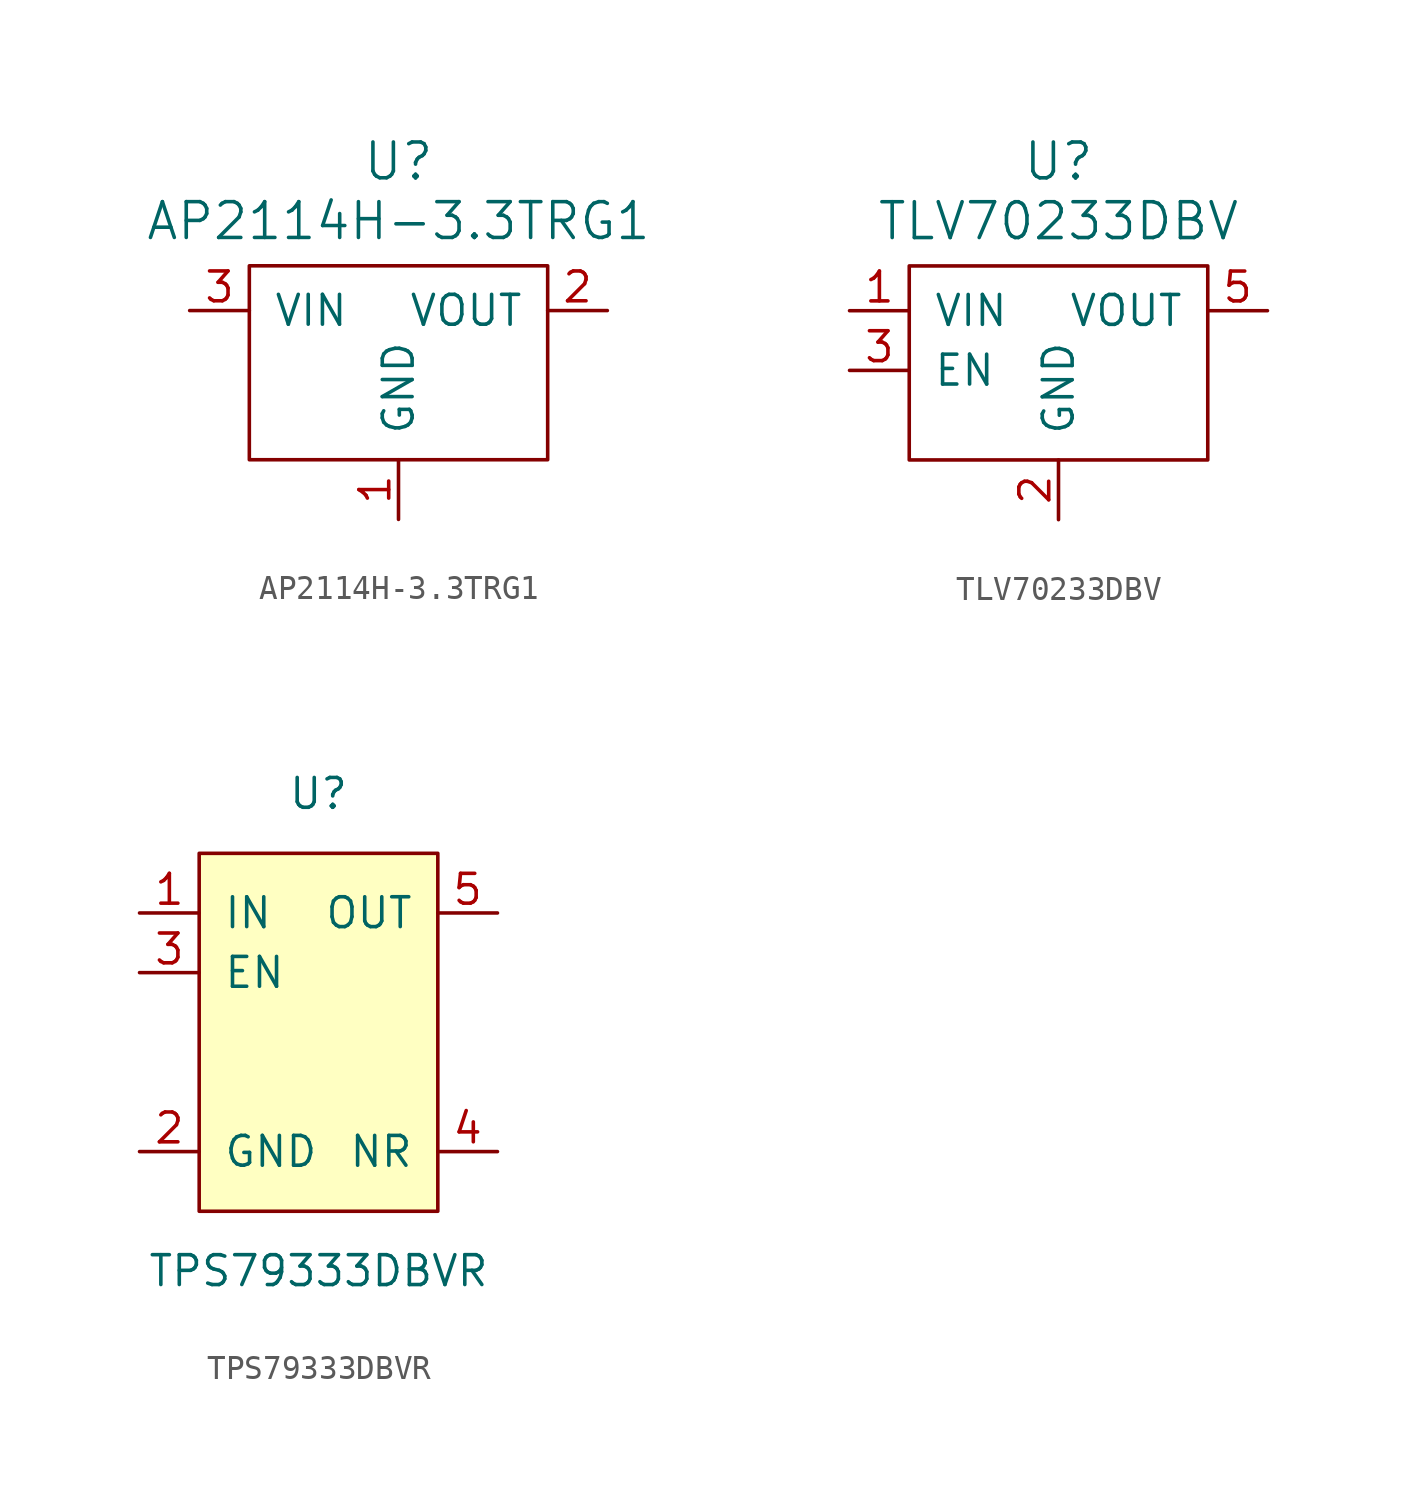
<source format=kicad_sym>
(kicad_symbol_lib
  (version 20220914)
  (generator kicad_symbol_editor)
  (symbol "AP2114H-3.3TRG1"
    (pin_names
      (offset 1.016))
    (property "Reference" "U"
      (at 0 8.89 0)
      (effects (font (size 1.524 1.524))))
    (property "Value" "AP2114H-3.3TRG1"
      (at 0 6.35 0)
      (effects (font (size 1.524 1.524))))
    (symbol "AP2114H-3.3TRG1_0_1"
      (rectangle (start -6.35 4.445) (end 6.35 -3.81) (stroke (width 0) (type default)) (fill (type none))))
    (symbol "AP2114H-3.3TRG1_1_1"
      (pin power_in line (at 0 -6.35 90) (length 2.54) (name "GND" (effects (font (size 1.27 1.27)))) (number "1" (effects (font (size 1.27 1.27)))))
      (pin power_out line (at 8.89 2.54 180) (length 2.54) (name "VOUT" (effects (font (size 1.27 1.27)))) (number "2" (effects (font (size 1.27 1.27)))))
      (pin power_in line (at -8.89 2.54 0) (length 2.54) (name "VIN" (effects (font (size 1.27 1.27)))) (number "3" (effects (font (size 1.27 1.27)))))
      (pin power_out line (at 8.89 2.54 180) (length 2.54) hide (name "VOUT" (effects (font (size 1.27 1.27)))) (number "4" (effects (font (size 1.27 1.27)))))))
  (symbol "TLV70233DBV"
    (pin_names
      (offset 1.016))
    (property "Reference" "U"
      (at 0 8.89 0)
      (effects (font (size 1.524 1.524))))
    (property "Value" "TLV70233DBV"
      (at 0 6.35 0)
      (effects (font (size 1.524 1.524))))
    (symbol "TLV70233DBV_0_1"
      (rectangle (start -6.35 4.445) (end 6.35 -3.81) (stroke (width 0) (type default)) (fill (type none))))
    (symbol "TLV70233DBV_1_1"
      (pin power_in line (at -8.89 2.54 0) (length 2.54) (name "VIN" (effects (font (size 1.27 1.27)))) (number "1" (effects (font (size 1.27 1.27)))))
      (pin power_in line (at 0 -6.35 90) (length 2.54) (name "GND" (effects (font (size 1.27 1.27)))) (number "2" (effects (font (size 1.27 1.27)))))
      (pin input line (at -8.89 0 0) (length 2.54) (name "EN" (effects (font (size 1.27 1.27)))) (number "3" (effects (font (size 1.27 1.27)))))
      (pin no_connect line (at 6.35 0 180) (length 0) hide (name "NC" (effects (font (size 1.27 1.27)))) (number "4" (effects (font (size 1.27 1.27)))))
      (pin power_out line (at 8.89 2.54 180) (length 2.54) (name "VOUT" (effects (font (size 1.27 1.27)))) (number "5" (effects (font (size 1.27 1.27)))))))
  (symbol "TPS79333DBVR"
    (pin_names
      (offset 1.016))
    (property "Reference" "U"
      (at 0 10.16 0)
      (effects (font (size 1.27 1.27))))
    (property "Value" "TPS79333DBVR"
      (at 0 -10.16 0)
      (effects (font (size 1.27 1.27))))
    (symbol "TPS79333DBVR_1_1"
      (rectangle (start -5.08 7.62) (end 5.08 -7.62) (stroke (width 0) (type default)) (fill (type background)))
      (pin power_in line (at -7.62 5.08 0) (length 2.54) (name "IN" (effects (font (size 1.27 1.27)))) (number "1" (effects (font (size 1.27 1.27)))))
      (pin power_in line (at -7.62 -5.08 0) (length 2.54) (name "GND" (effects (font (size 1.27 1.27)))) (number "2" (effects (font (size 1.27 1.27)))))
      (pin input line (at -7.62 2.54 0) (length 2.54) (name "EN" (effects (font (size 1.27 1.27)))) (number "3" (effects (font (size 1.27 1.27)))))
      (pin passive line (at 7.62 -5.08 180) (length 2.54) (name "NR" (effects (font (size 1.27 1.27)))) (number "4" (effects (font (size 1.27 1.27)))))
      (pin power_out line (at 7.62 5.08 180) (length 2.54) (name "OUT" (effects (font (size 1.27 1.27)))) (number "5" (effects (font (size 1.27 1.27))))))))
</source>
